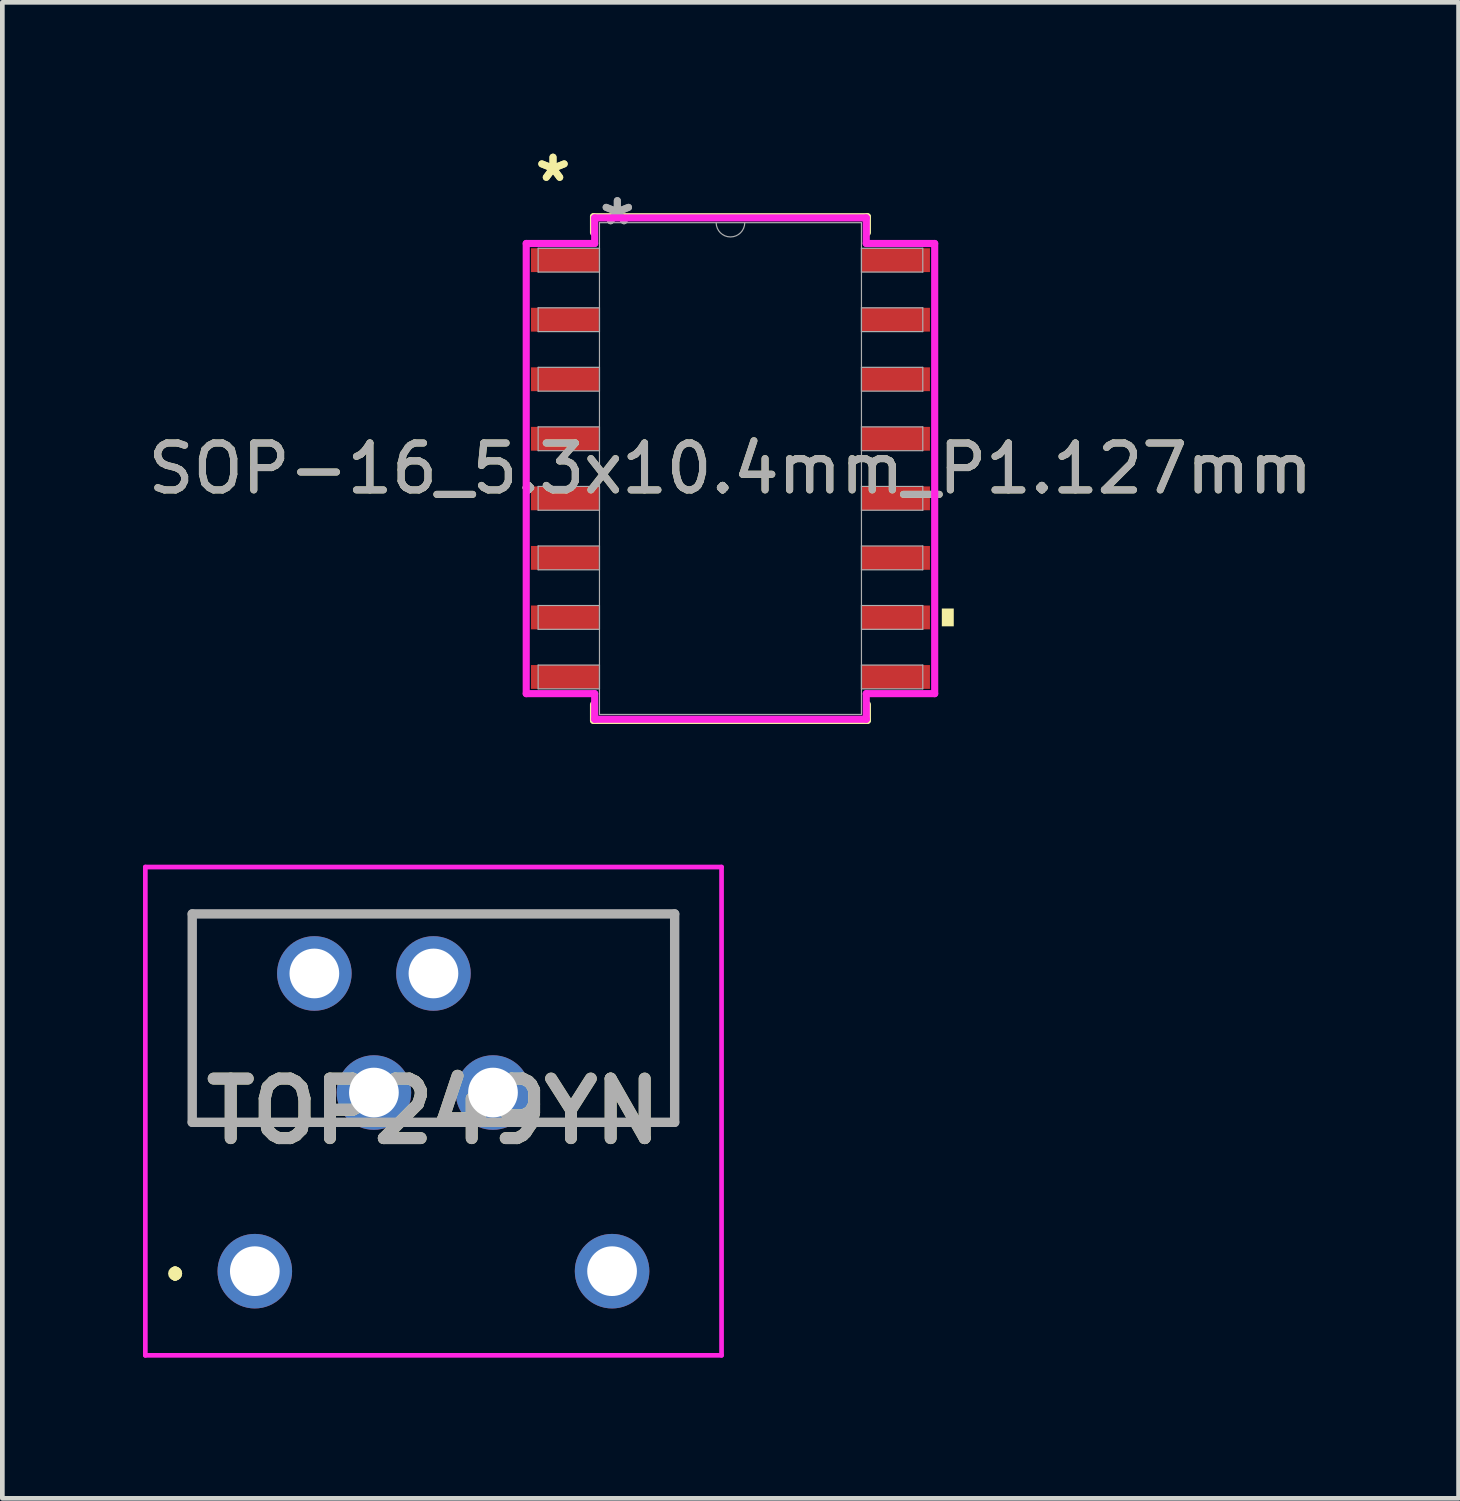
<source format=kicad_pcb>
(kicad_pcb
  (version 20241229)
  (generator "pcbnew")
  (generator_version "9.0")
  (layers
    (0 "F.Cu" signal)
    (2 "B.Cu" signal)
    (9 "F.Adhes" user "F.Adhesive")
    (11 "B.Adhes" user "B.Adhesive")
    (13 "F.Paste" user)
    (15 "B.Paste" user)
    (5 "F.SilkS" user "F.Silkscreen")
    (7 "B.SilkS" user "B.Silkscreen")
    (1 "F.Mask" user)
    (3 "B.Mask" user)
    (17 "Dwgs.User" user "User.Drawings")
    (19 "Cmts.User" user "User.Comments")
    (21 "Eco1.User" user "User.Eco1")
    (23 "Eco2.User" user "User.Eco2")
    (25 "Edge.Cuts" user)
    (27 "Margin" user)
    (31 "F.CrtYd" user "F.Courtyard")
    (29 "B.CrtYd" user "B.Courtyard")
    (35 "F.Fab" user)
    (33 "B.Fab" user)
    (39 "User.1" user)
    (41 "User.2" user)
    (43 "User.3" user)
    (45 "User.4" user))
  (footprint "TOP249YN"
    (layer "F.Cu")
    (at 2.385 24.063)
    (property "Reference" "TOP249YN" (at 3.81 -3.412 0) (layer "F.SilkS") (effects (font (size 1.27 1.27) (thickness 0.254))))
    (attr through_hole)
    (fp_line (start -1.7 0) (end -1.7 0) (stroke (width 0.2) (type solid)) (layer "F.SilkS"))
    (fp_line (start -1.7 0.1) (end -1.7 0.1) (stroke (width 0.2) (type solid)) (layer "F.SilkS"))
    (fp_line (start -1.7 0.1) (end -1.7 0.1) (stroke (width 0.2) (type solid)) (layer "F.SilkS"))
    (fp_line (start -1.335 -7.62) (end -1.335 -7.62) (stroke (width 0.1) (type solid)) (layer "F.SilkS"))
    (fp_line (start -1.335 -7.62) (end -1.335 -7.62) (stroke (width 0.1) (type solid)) (layer "F.SilkS"))
    (fp_line (start -1.335 -7.62) (end -1.335 -3.175) (stroke (width 0.1) (type solid)) (layer "F.SilkS"))
    (fp_line (start -1.335 -7.62) (end 8.955 -7.62) (stroke (width 0.1) (type solid)) (layer "F.SilkS"))
    (fp_line (start -1.335 -3.175) (end -1.335 -7.62) (stroke (width 0.1) (type solid)) (layer "F.SilkS"))
    (fp_line (start -1.335 -3.175) (end -1.335 -3.175) (stroke (width 0.1) (type solid)) (layer "F.SilkS"))
    (fp_line (start -1.335 -3.175) (end -1.335 -3.175) (stroke (width 0.1) (type solid)) (layer "F.SilkS"))
    (fp_line (start -1.335 -3.175) (end 1.31 -3.175) (stroke (width 0.1) (type solid)) (layer "F.SilkS"))
    (fp_line (start 1.31 -3.175) (end -1.335 -3.175) (stroke (width 0.1) (type solid)) (layer "F.SilkS"))
    (fp_line (start 1.31 -3.175) (end 1.31 -3.175) (stroke (width 0.1) (type solid)) (layer "F.SilkS"))
    (fp_line (start 6.31 -3.175) (end 6.31 -3.175) (stroke (width 0.1) (type solid)) (layer "F.SilkS"))
    (fp_line (start 6.31 -3.175) (end 8.955 -3.175) (stroke (width 0.1) (type solid)) (layer "F.SilkS"))
    (fp_line (start 8.955 -7.62) (end -1.335 -7.62) (stroke (width 0.1) (type solid)) (layer "F.SilkS"))
    (fp_line (start 8.955 -7.62) (end 8.955 -7.62) (stroke (width 0.1) (type solid)) (layer "F.SilkS"))
    (fp_line (start 8.955 -7.62) (end 8.955 -7.62) (stroke (width 0.1) (type solid)) (layer "F.SilkS"))
    (fp_line (start 8.955 -7.62) (end 8.955 -3.175) (stroke (width 0.1) (type solid)) (layer "F.SilkS"))
    (fp_line (start 8.955 -3.175) (end 6.31 -3.175) (stroke (width 0.1) (type solid)) (layer "F.SilkS"))
    (fp_line (start 8.955 -3.175) (end 8.955 -7.62) (stroke (width 0.1) (type solid)) (layer "F.SilkS"))
    (fp_line (start 8.955 -3.175) (end 8.955 -3.175) (stroke (width 0.1) (type solid)) (layer "F.SilkS"))
    (fp_line (start 8.955 -3.175) (end 8.955 -3.175) (stroke (width 0.1) (type solid)) (layer "F.SilkS"))
    (fp_arc (start -1.7 0) (mid -1.65 0.05) (end -1.7 0.1) (stroke (width 0.2) (type solid)) (layer "F.SilkS"))
    (fp_arc (start -1.7 0) (mid -1.65 0.05) (end -1.7 0.1) (stroke (width 0.2) (type solid)) (layer "F.SilkS"))
    (fp_arc (start -1.7 0.1) (mid -1.75 0.05) (end -1.7 0) (stroke (width 0.2) (type solid)) (layer "F.SilkS"))
    (fp_line (start -2.335 -8.62) (end 9.955 -8.62) (stroke (width 0.1) (type solid)) (layer "F.CrtYd"))
    (fp_line (start -2.335 1.795) (end -2.335 -8.62) (stroke (width 0.1) (type solid)) (layer "F.CrtYd"))
    (fp_line (start 9.955 -8.62) (end 9.955 1.795) (stroke (width 0.1) (type solid)) (layer "F.CrtYd"))
    (fp_line (start 9.955 1.795) (end -2.335 1.795) (stroke (width 0.1) (type solid)) (layer "F.CrtYd"))
    (fp_line (start -1.335 -7.62) (end -1.335 -3.175) (stroke (width 0.2) (type solid)) (layer "F.Fab"))
    (fp_line (start -1.335 -3.175) (end 8.955 -3.175) (stroke (width 0.2) (type solid)) (layer "F.Fab"))
    (fp_line (start 8.955 -7.62) (end -1.335 -7.62) (stroke (width 0.2) (type solid)) (layer "F.Fab"))
    (fp_line (start 8.955 -3.175) (end 8.955 -7.62) (stroke (width 0.2) (type solid)) (layer "F.Fab"))
    (fp_text user "${REFERENCE}" (at 3.81 -3.412 0) (layer "F.Fab") (effects (font (size 1.27 1.27) (thickness 0.254))))
    (pad "1" thru_hole circle (at 0 0) (size 1.59 1.59) (drill 1.06) (layers "*.Cu" "*.Mask"))
    (pad "2" thru_hole circle (at 1.27 -6.35) (size 1.59 1.59) (drill 1.06) (layers "*.Cu" "*.Mask"))
    (pad "3" thru_hole circle (at 2.54 -3.81) (size 1.59 1.59) (drill 1.06) (layers "*.Cu" "*.Mask"))
    (pad "4" thru_hole circle (at 3.81 -6.35) (size 1.59 1.59) (drill 1.06) (layers "*.Cu" "*.Mask"))
    (pad "5" thru_hole circle (at 5.08 -3.81) (size 1.59 1.59) (drill 1.06) (layers "*.Cu" "*.Mask"))
    (pad "7" thru_hole circle (at 7.62 0) (size 1.59 1.59) (drill 1.06) (layers "*.Cu" "*.Mask")))
  (footprint "SOP-16_5.3x10.4mm_P1.127mm"
    (layer "F.Cu")
    (at 12.53 6.944)
    (property "Reference" "SOP-16_5.3x10.4mm_P1.127mm" (at 0 0 0) (unlocked yes) (layer "F.SilkS") (effects (font (size 1 1) (thickness 0.15))))
    (attr smd)
    (fp_line (start -2.921 -5.372) (end -2.921 -5.032) (stroke (width 0.152) (type solid)) (layer "F.SilkS"))
    (fp_line (start -2.921 5.032) (end -2.921 5.372) (stroke (width 0.152) (type solid)) (layer "F.SilkS"))
    (fp_line (start -2.921 5.372) (end 2.921 5.372) (stroke (width 0.152) (type solid)) (layer "F.SilkS"))
    (fp_line (start 2.921 -5.372) (end -2.921 -5.372) (stroke (width 0.152) (type solid)) (layer "F.SilkS"))
    (fp_line (start 2.921 -5.032) (end 2.921 -5.372) (stroke (width 0.152) (type solid)) (layer "F.SilkS"))
    (fp_line (start 2.921 5.372) (end 2.921 5.032) (stroke (width 0.152) (type solid)) (layer "F.SilkS"))
    (fp_poly (pts (xy 4.763 2.985) (xy 4.763 3.365) (xy 4.508 3.365) (xy 4.508 2.985)) (stroke (width 0) (type solid)) (fill yes) (layer "F.SilkS"))
    (fp_line (start -4.356 -4.801) (end -2.896 -4.801) (stroke (width 0.152) (type solid)) (layer "F.CrtYd"))
    (fp_line (start -4.356 4.801) (end -4.356 -4.801) (stroke (width 0.152) (type solid)) (layer "F.CrtYd"))
    (fp_line (start -4.356 4.801) (end -2.896 4.801) (stroke (width 0.152) (type solid)) (layer "F.CrtYd"))
    (fp_line (start -2.896 -5.347) (end 2.896 -5.347) (stroke (width 0.152) (type solid)) (layer "F.CrtYd"))
    (fp_line (start -2.896 -4.801) (end -2.896 -5.347) (stroke (width 0.152) (type solid)) (layer "F.CrtYd"))
    (fp_line (start -2.896 5.347) (end -2.896 4.801) (stroke (width 0.152) (type solid)) (layer "F.CrtYd"))
    (fp_line (start 2.896 -5.347) (end 2.896 -4.801) (stroke (width 0.152) (type solid)) (layer "F.CrtYd"))
    (fp_line (start 2.896 4.801) (end 2.896 5.347) (stroke (width 0.152) (type solid)) (layer "F.CrtYd"))
    (fp_line (start 2.896 5.347) (end -2.896 5.347) (stroke (width 0.152) (type solid)) (layer "F.CrtYd"))
    (fp_line (start 4.356 -4.801) (end 2.896 -4.801) (stroke (width 0.152) (type solid)) (layer "F.CrtYd"))
    (fp_line (start 4.356 -4.801) (end 4.356 4.801) (stroke (width 0.152) (type solid)) (layer "F.CrtYd"))
    (fp_line (start 4.356 4.801) (end 2.896 4.801) (stroke (width 0.152) (type solid)) (layer "F.CrtYd"))
    (fp_line (start -4.102 -4.699) (end -4.102 -4.191) (stroke (width 0.025) (type solid)) (layer "F.Fab"))
    (fp_line (start -4.102 -4.191) (end -2.794 -4.191) (stroke (width 0.025) (type solid)) (layer "F.Fab"))
    (fp_line (start -4.102 -3.429) (end -4.102 -2.921) (stroke (width 0.025) (type solid)) (layer "F.Fab"))
    (fp_line (start -4.102 -2.921) (end -2.794 -2.921) (stroke (width 0.025) (type solid)) (layer "F.Fab"))
    (fp_line (start -4.102 -2.159) (end -4.102 -1.651) (stroke (width 0.025) (type solid)) (layer "F.Fab"))
    (fp_line (start -4.102 -1.651) (end -2.794 -1.651) (stroke (width 0.025) (type solid)) (layer "F.Fab"))
    (fp_line (start -4.102 -0.889) (end -4.102 -0.381) (stroke (width 0.025) (type solid)) (layer "F.Fab"))
    (fp_line (start -4.102 -0.381) (end -2.794 -0.381) (stroke (width 0.025) (type solid)) (layer "F.Fab"))
    (fp_line (start -4.102 0.381) (end -4.102 0.889) (stroke (width 0.025) (type solid)) (layer "F.Fab"))
    (fp_line (start -4.102 0.889) (end -2.794 0.889) (stroke (width 0.025) (type solid)) (layer "F.Fab"))
    (fp_line (start -4.102 1.651) (end -4.102 2.159) (stroke (width 0.025) (type solid)) (layer "F.Fab"))
    (fp_line (start -4.102 2.159) (end -2.794 2.159) (stroke (width 0.025) (type solid)) (layer "F.Fab"))
    (fp_line (start -4.102 2.921) (end -4.102 3.429) (stroke (width 0.025) (type solid)) (layer "F.Fab"))
    (fp_line (start -4.102 3.429) (end -2.794 3.429) (stroke (width 0.025) (type solid)) (layer "F.Fab"))
    (fp_line (start -4.102 4.191) (end -4.102 4.699) (stroke (width 0.025) (type solid)) (layer "F.Fab"))
    (fp_line (start -4.102 4.699) (end -2.794 4.699) (stroke (width 0.025) (type solid)) (layer "F.Fab"))
    (fp_line (start -2.794 -5.245) (end -2.794 5.245) (stroke (width 0.025) (type solid)) (layer "F.Fab"))
    (fp_line (start -2.794 -4.699) (end -4.102 -4.699) (stroke (width 0.025) (type solid)) (layer "F.Fab"))
    (fp_line (start -2.794 -4.191) (end -2.794 -4.699) (stroke (width 0.025) (type solid)) (layer "F.Fab"))
    (fp_line (start -2.794 -3.429) (end -4.102 -3.429) (stroke (width 0.025) (type solid)) (layer "F.Fab"))
    (fp_line (start -2.794 -2.921) (end -2.794 -3.429) (stroke (width 0.025) (type solid)) (layer "F.Fab"))
    (fp_line (start -2.794 -2.159) (end -4.102 -2.159) (stroke (width 0.025) (type solid)) (layer "F.Fab"))
    (fp_line (start -2.794 -1.651) (end -2.794 -2.159) (stroke (width 0.025) (type solid)) (layer "F.Fab"))
    (fp_line (start -2.794 -0.889) (end -4.102 -0.889) (stroke (width 0.025) (type solid)) (layer "F.Fab"))
    (fp_line (start -2.794 -0.381) (end -2.794 -0.889) (stroke (width 0.025) (type solid)) (layer "F.Fab"))
    (fp_line (start -2.794 0.381) (end -4.102 0.381) (stroke (width 0.025) (type solid)) (layer "F.Fab"))
    (fp_line (start -2.794 0.889) (end -2.794 0.381) (stroke (width 0.025) (type solid)) (layer "F.Fab"))
    (fp_line (start -2.794 1.651) (end -4.102 1.651) (stroke (width 0.025) (type solid)) (layer "F.Fab"))
    (fp_line (start -2.794 2.159) (end -2.794 1.651) (stroke (width 0.025) (type solid)) (layer "F.Fab"))
    (fp_line (start -2.794 2.921) (end -4.102 2.921) (stroke (width 0.025) (type solid)) (layer "F.Fab"))
    (fp_line (start -2.794 3.429) (end -2.794 2.921) (stroke (width 0.025) (type solid)) (layer "F.Fab"))
    (fp_line (start -2.794 4.191) (end -4.102 4.191) (stroke (width 0.025) (type solid)) (layer "F.Fab"))
    (fp_line (start -2.794 4.699) (end -2.794 4.191) (stroke (width 0.025) (type solid)) (layer "F.Fab"))
    (fp_line (start -2.794 5.245) (end 2.794 5.245) (stroke (width 0.025) (type solid)) (layer "F.Fab"))
    (fp_line (start 2.794 -5.245) (end -2.794 -5.245) (stroke (width 0.025) (type solid)) (layer "F.Fab"))
    (fp_line (start 2.794 -4.699) (end 2.794 -4.191) (stroke (width 0.025) (type solid)) (layer "F.Fab"))
    (fp_line (start 2.794 -4.191) (end 4.102 -4.191) (stroke (width 0.025) (type solid)) (layer "F.Fab"))
    (fp_line (start 2.794 -3.429) (end 2.794 -2.921) (stroke (width 0.025) (type solid)) (layer "F.Fab"))
    (fp_line (start 2.794 -2.921) (end 4.102 -2.921) (stroke (width 0.025) (type solid)) (layer "F.Fab"))
    (fp_line (start 2.794 -2.159) (end 2.794 -1.651) (stroke (width 0.025) (type solid)) (layer "F.Fab"))
    (fp_line (start 2.794 -1.651) (end 4.102 -1.651) (stroke (width 0.025) (type solid)) (layer "F.Fab"))
    (fp_line (start 2.794 -0.889) (end 2.794 -0.381) (stroke (width 0.025) (type solid)) (layer "F.Fab"))
    (fp_line (start 2.794 -0.381) (end 4.102 -0.381) (stroke (width 0.025) (type solid)) (layer "F.Fab"))
    (fp_line (start 2.794 0.381) (end 2.794 0.889) (stroke (width 0.025) (type solid)) (layer "F.Fab"))
    (fp_line (start 2.794 0.889) (end 4.102 0.889) (stroke (width 0.025) (type solid)) (layer "F.Fab"))
    (fp_line (start 2.794 1.651) (end 2.794 2.159) (stroke (width 0.025) (type solid)) (layer "F.Fab"))
    (fp_line (start 2.794 2.159) (end 4.102 2.159) (stroke (width 0.025) (type solid)) (layer "F.Fab"))
    (fp_line (start 2.794 2.921) (end 2.794 3.429) (stroke (width 0.025) (type solid)) (layer "F.Fab"))
    (fp_line (start 2.794 3.429) (end 4.102 3.429) (stroke (width 0.025) (type solid)) (layer "F.Fab"))
    (fp_line (start 2.794 4.191) (end 2.794 4.699) (stroke (width 0.025) (type solid)) (layer "F.Fab"))
    (fp_line (start 2.794 4.699) (end 4.102 4.699) (stroke (width 0.025) (type solid)) (layer "F.Fab"))
    (fp_line (start 2.794 5.245) (end 2.794 -5.245) (stroke (width 0.025) (type solid)) (layer "F.Fab"))
    (fp_line (start 4.102 -4.699) (end 2.794 -4.699) (stroke (width 0.025) (type solid)) (layer "F.Fab"))
    (fp_line (start 4.102 -4.191) (end 4.102 -4.699) (stroke (width 0.025) (type solid)) (layer "F.Fab"))
    (fp_line (start 4.102 -3.429) (end 2.794 -3.429) (stroke (width 0.025) (type solid)) (layer "F.Fab"))
    (fp_line (start 4.102 -2.921) (end 4.102 -3.429) (stroke (width 0.025) (type solid)) (layer "F.Fab"))
    (fp_line (start 4.102 -2.159) (end 2.794 -2.159) (stroke (width 0.025) (type solid)) (layer "F.Fab"))
    (fp_line (start 4.102 -1.651) (end 4.102 -2.159) (stroke (width 0.025) (type solid)) (layer "F.Fab"))
    (fp_line (start 4.102 -0.889) (end 2.794 -0.889) (stroke (width 0.025) (type solid)) (layer "F.Fab"))
    (fp_line (start 4.102 -0.381) (end 4.102 -0.889) (stroke (width 0.025) (type solid)) (layer "F.Fab"))
    (fp_line (start 4.102 0.381) (end 2.794 0.381) (stroke (width 0.025) (type solid)) (layer "F.Fab"))
    (fp_line (start 4.102 0.889) (end 4.102 0.381) (stroke (width 0.025) (type solid)) (layer "F.Fab"))
    (fp_line (start 4.102 1.651) (end 2.794 1.651) (stroke (width 0.025) (type solid)) (layer "F.Fab"))
    (fp_line (start 4.102 2.159) (end 4.102 1.651) (stroke (width 0.025) (type solid)) (layer "F.Fab"))
    (fp_line (start 4.102 2.921) (end 2.794 2.921) (stroke (width 0.025) (type solid)) (layer "F.Fab"))
    (fp_line (start 4.102 3.429) (end 4.102 2.921) (stroke (width 0.025) (type solid)) (layer "F.Fab"))
    (fp_line (start 4.102 4.191) (end 2.794 4.191) (stroke (width 0.025) (type solid)) (layer "F.Fab"))
    (fp_line (start 4.102 4.699) (end 4.102 4.191) (stroke (width 0.025) (type solid)) (layer "F.Fab"))
    (fp_arc (start 0.3048 -5.2451) (mid 0 -4.9403) (end -0.3048 -5.2451) (stroke (width 0.0254) (type solid)) (layer "F.Fab"))
    (fp_text user "*" (at -3.785 -6.096 0) (layer "F.SilkS") (effects (font (size 1 1) (thickness 0.15))))
    (fp_text user "*" (at -3.785 -6.096 0) (unlocked yes) (layer "F.SilkS") (effects (font (size 1 1) (thickness 0.15))))
    (fp_text user "*" (at -2.413 -5.169 0) (layer "F.Fab") (effects (font (size 1 1) (thickness 0.15))))
    (fp_text user "${REFERENCE}" (at 0 0 0) (unlocked yes) (layer "F.Fab") (effects (font (size 1 1) (thickness 0.15))))
    (fp_text user "*" (at -2.413 -5.169 0) (unlocked yes) (layer "F.Fab") (effects (font (size 1 1) (thickness 0.15))))
    (pad "1" smd rect (at -3.531 -4.445) (size 1.448 0.508) (layers "F.Cu" "F.Mask" "F.Paste"))
    (pad "2" smd rect (at -3.531 -3.175) (size 1.448 0.508) (layers "F.Cu" "F.Mask" "F.Paste"))
    (pad "3" smd rect (at -3.531 -1.905) (size 1.448 0.508) (layers "F.Cu" "F.Mask" "F.Paste"))
    (pad "4" smd rect (at -3.531 -0.635) (size 1.448 0.508) (layers "F.Cu" "F.Mask" "F.Paste"))
    (pad "5" smd rect (at -3.531 0.635) (size 1.448 0.508) (layers "F.Cu" "F.Mask" "F.Paste"))
    (pad "6" smd rect (at -3.531 1.905) (size 1.448 0.508) (layers "F.Cu" "F.Mask" "F.Paste"))
    (pad "7" smd rect (at -3.531 3.175) (size 1.448 0.508) (layers "F.Cu" "F.Mask" "F.Paste"))
    (pad "8" smd rect (at -3.531 4.445) (size 1.448 0.508) (layers "F.Cu" "F.Mask" "F.Paste"))
    (pad "9" smd rect (at 3.531 4.445) (size 1.448 0.508) (layers "F.Cu" "F.Mask" "F.Paste"))
    (pad "10" smd rect (at 3.531 3.175) (size 1.448 0.508) (layers "F.Cu" "F.Mask" "F.Paste"))
    (pad "11" smd rect (at 3.531 1.905) (size 1.448 0.508) (layers "F.Cu" "F.Mask" "F.Paste"))
    (pad "12" smd rect (at 3.531 0.635) (size 1.448 0.508) (layers "F.Cu" "F.Mask" "F.Paste"))
    (pad "13" smd rect (at 3.531 -0.635) (size 1.448 0.508) (layers "F.Cu" "F.Mask" "F.Paste"))
    (pad "14" smd rect (at 3.531 -1.905) (size 1.448 0.508) (layers "F.Cu" "F.Mask" "F.Paste"))
    (pad "15" smd rect (at 3.531 -3.175) (size 1.448 0.508) (layers "F.Cu" "F.Mask" "F.Paste"))
    (pad "16" smd rect (at 3.531 -4.445) (size 1.448 0.508) (layers "F.Cu" "F.Mask" "F.Paste")))
  (gr_rect
    (start -3 -3)
    (end 28.06 28.908)
    (stroke (width 0.1) (type default))
    (fill no)
    (layer "Edge.Cuts")))
</source>
